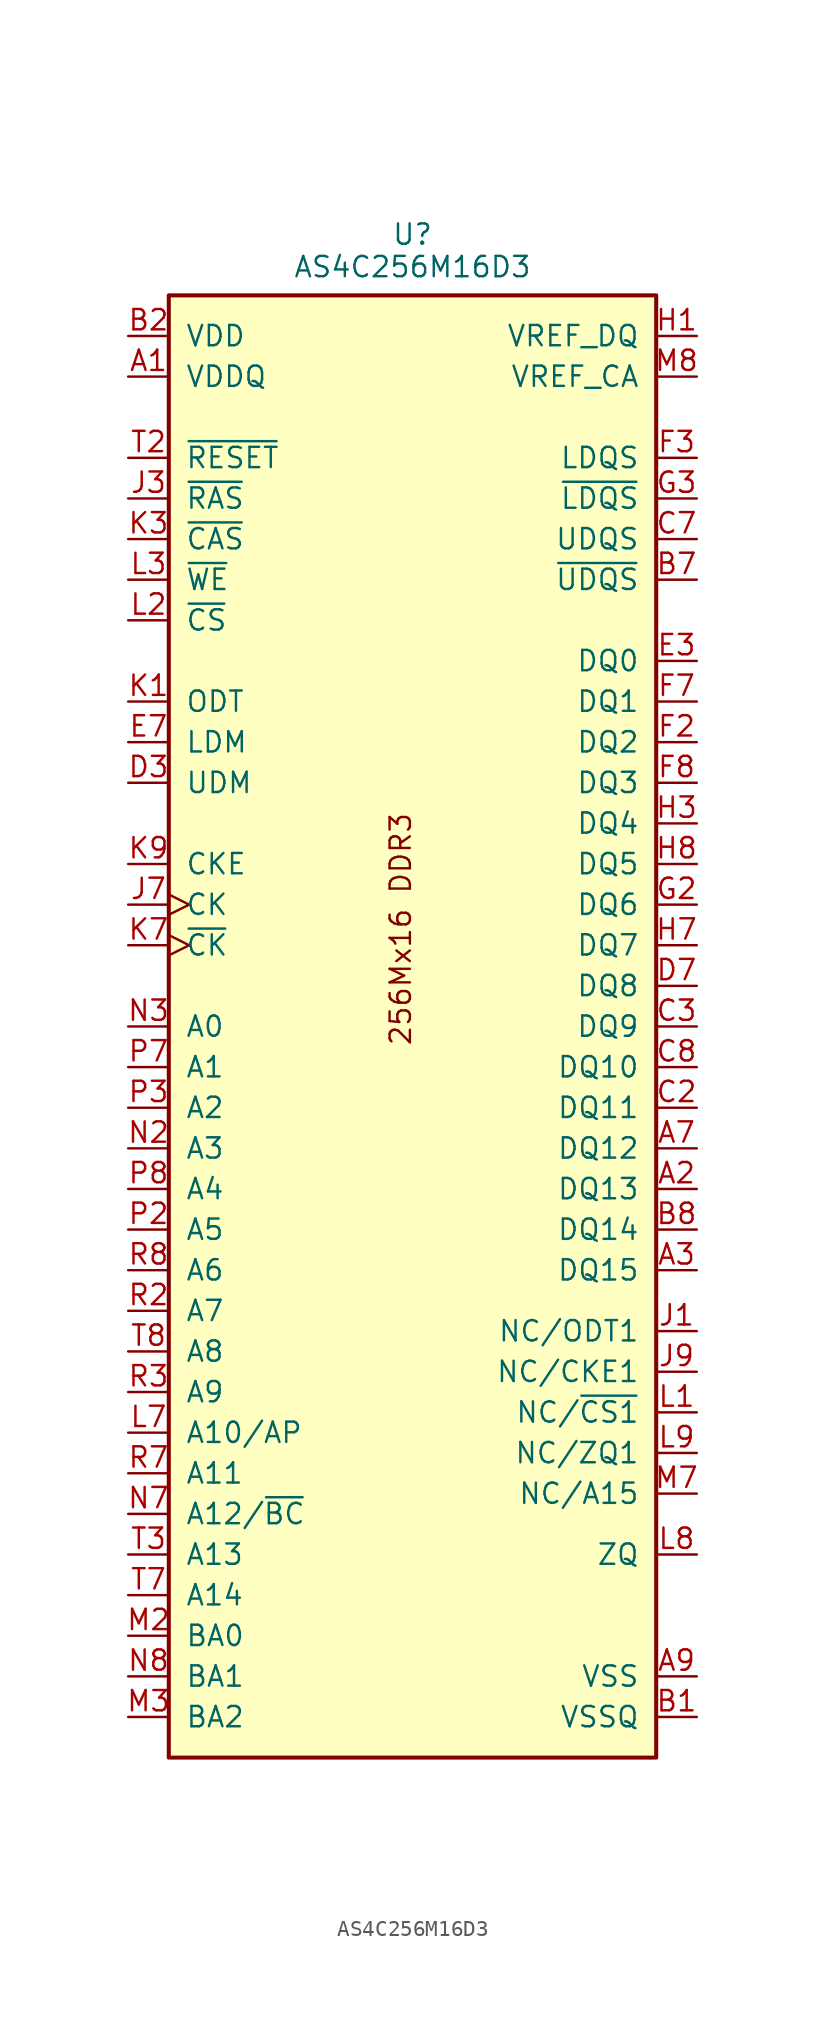
<source format=kicad_sym>
(kicad_symbol_lib
  (version 20231120)
  (generator "kicad_symbol_editor")
  (generator_version "8.0")
  (symbol "AS4C256M16D3"
    (pin_names
      (offset 1.016))
    (property "Reference" "U"
      (at 0 3.81 0)
      (effects (font (size 1.27 1.27))))
    (property "Value" "AS4C256M16D3"
      (at 0 1.778 0)
      (effects (font (size 1.27 1.27) (thickness 0.15))))
    (symbol "AS4C256M16D3_1_1"
      (rectangle (start -15.24 0) (end 15.24 -91.44) (stroke (width 0.254) (type default)) (fill (type background)))
      (text "256Mx16 DDR3" (at 0 -46.99 900) (effects (font (size 1.27 1.27) (thickness 0.15)) (justify left bottom)))
      (pin power_in line (at -17.78 -5.08 0) (length 2.54) (name "VDDQ" (effects (font (size 1.27 1.27)))) (number "A1" (effects (font (size 1.27 1.27)))))
      (pin bidirectional line (at 17.78 -55.88 180) (length 2.54) (name "DQ13" (effects (font (size 1.27 1.27)))) (number "A2" (effects (font (size 1.27 1.27)))))
      (pin bidirectional line (at 17.78 -60.96 180) (length 2.54) (name "DQ15" (effects (font (size 1.27 1.27)))) (number "A3" (effects (font (size 1.27 1.27)))))
      (pin bidirectional line (at 17.78 -53.34 180) (length 2.54) (name "DQ12" (effects (font (size 1.27 1.27)))) (number "A7" (effects (font (size 1.27 1.27)))))
      (pin passive line (at -17.78 -5.08 0) (length 2.54) hide (name "VDDQ" (effects (font (size 1.27 1.27)))) (number "A8" (effects (font (size 1.27 1.27)))))
      (pin power_in line (at 17.78 -86.36 180) (length 2.54) (name "VSS" (effects (font (size 1.27 1.27)))) (number "A9" (effects (font (size 1.27 1.27)))))
      (pin power_in line (at 17.78 -88.9 180) (length 2.54) (name "VSSQ" (effects (font (size 1.27 1.27)))) (number "B1" (effects (font (size 1.27 1.27)))))
      (pin power_in line (at -17.78 -2.54 0) (length 2.54) (name "VDD" (effects (font (size 1.27 1.27)))) (number "B2" (effects (font (size 1.27 1.27)))))
      (pin passive line (at 17.78 -86.36 180) (length 2.54) hide (name "VSS" (effects (font (size 1.27 1.27)))) (number "B3" (effects (font (size 1.27 1.27)))))
      (pin bidirectional line (at 17.78 -17.78 180) (length 2.54) (name "~{UDQS}" (effects (font (size 1.27 1.27)))) (number "B7" (effects (font (size 1.27 1.27)))))
      (pin bidirectional line (at 17.78 -58.42 180) (length 2.54) (name "DQ14" (effects (font (size 1.27 1.27)))) (number "B8" (effects (font (size 1.27 1.27)))))
      (pin passive line (at 17.78 -88.9 180) (length 2.54) hide (name "VSSQ" (effects (font (size 1.27 1.27)))) (number "B9" (effects (font (size 1.27 1.27)))))
      (pin passive line (at -17.78 -5.08 0) (length 2.54) hide (name "VDDQ" (effects (font (size 1.27 1.27)))) (number "C1" (effects (font (size 1.27 1.27)))))
      (pin bidirectional line (at 17.78 -50.8 180) (length 2.54) (name "DQ11" (effects (font (size 1.27 1.27)))) (number "C2" (effects (font (size 1.27 1.27)))))
      (pin bidirectional line (at 17.78 -45.72 180) (length 2.54) (name "DQ9" (effects (font (size 1.27 1.27)))) (number "C3" (effects (font (size 1.27 1.27)))))
      (pin bidirectional line (at 17.78 -15.24 180) (length 2.54) (name "UDQS" (effects (font (size 1.27 1.27)))) (number "C7" (effects (font (size 1.27 1.27)))))
      (pin bidirectional line (at 17.78 -48.26 180) (length 2.54) (name "DQ10" (effects (font (size 1.27 1.27)))) (number "C8" (effects (font (size 1.27 1.27)))))
      (pin passive line (at -17.78 -5.08 0) (length 2.54) hide (name "VDDQ" (effects (font (size 1.27 1.27)))) (number "C9" (effects (font (size 1.27 1.27)))))
      (pin passive line (at 17.78 -88.9 180) (length 2.54) hide (name "VSSQ" (effects (font (size 1.27 1.27)))) (number "D1" (effects (font (size 1.27 1.27)))))
      (pin passive line (at -17.78 -5.08 0) (length 2.54) hide (name "VDDQ" (effects (font (size 1.27 1.27)))) (number "D2" (effects (font (size 1.27 1.27)))))
      (pin input line (at -17.78 -30.48 0) (length 2.54) (name "UDM" (effects (font (size 1.27 1.27)))) (number "D3" (effects (font (size 1.27 1.27)))))
      (pin bidirectional line (at 17.78 -43.18 180) (length 2.54) (name "DQ8" (effects (font (size 1.27 1.27)))) (number "D7" (effects (font (size 1.27 1.27)))))
      (pin passive line (at 17.78 -88.9 180) (length 2.54) hide (name "VSSQ" (effects (font (size 1.27 1.27)))) (number "D8" (effects (font (size 1.27 1.27)))))
      (pin passive line (at -17.78 -2.54 0) (length 2.54) hide (name "VDD" (effects (font (size 1.27 1.27)))) (number "D9" (effects (font (size 1.27 1.27)))))
      (pin passive line (at 17.78 -86.36 180) (length 2.54) hide (name "VSS" (effects (font (size 1.27 1.27)))) (number "E1" (effects (font (size 1.27 1.27)))))
      (pin passive line (at 17.78 -88.9 180) (length 2.54) hide (name "VSSQ" (effects (font (size 1.27 1.27)))) (number "E2" (effects (font (size 1.27 1.27)))))
      (pin bidirectional line (at 17.78 -22.86 180) (length 2.54) (name "DQ0" (effects (font (size 1.27 1.27)))) (number "E3" (effects (font (size 1.27 1.27)))))
      (pin input line (at -17.78 -27.94 0) (length 2.54) (name "LDM" (effects (font (size 1.27 1.27)))) (number "E7" (effects (font (size 1.27 1.27)))))
      (pin passive line (at 17.78 -88.9 180) (length 2.54) hide (name "VSSQ" (effects (font (size 1.27 1.27)))) (number "E8" (effects (font (size 1.27 1.27)))))
      (pin passive line (at -17.78 -5.08 0) (length 2.54) hide (name "VDDQ" (effects (font (size 1.27 1.27)))) (number "E9" (effects (font (size 1.27 1.27)))))
      (pin passive line (at -17.78 -5.08 0) (length 2.54) hide (name "VDDQ" (effects (font (size 1.27 1.27)))) (number "F1" (effects (font (size 1.27 1.27)))))
      (pin bidirectional line (at 17.78 -27.94 180) (length 2.54) (name "DQ2" (effects (font (size 1.27 1.27)))) (number "F2" (effects (font (size 1.27 1.27)))))
      (pin bidirectional line (at 17.78 -10.16 180) (length 2.54) (name "LDQS" (effects (font (size 1.27 1.27)))) (number "F3" (effects (font (size 1.27 1.27)))))
      (pin bidirectional line (at 17.78 -25.4 180) (length 2.54) (name "DQ1" (effects (font (size 1.27 1.27)))) (number "F7" (effects (font (size 1.27 1.27)))))
      (pin bidirectional line (at 17.78 -30.48 180) (length 2.54) (name "DQ3" (effects (font (size 1.27 1.27)))) (number "F8" (effects (font (size 1.27 1.27)))))
      (pin passive line (at 17.78 -88.9 180) (length 2.54) hide (name "VSSQ" (effects (font (size 1.27 1.27)))) (number "F9" (effects (font (size 1.27 1.27)))))
      (pin passive line (at 17.78 -88.9 180) (length 2.54) hide (name "VSSQ" (effects (font (size 1.27 1.27)))) (number "G1" (effects (font (size 1.27 1.27)))))
      (pin bidirectional line (at 17.78 -38.1 180) (length 2.54) (name "DQ6" (effects (font (size 1.27 1.27)))) (number "G2" (effects (font (size 1.27 1.27)))))
      (pin bidirectional line (at 17.78 -12.7 180) (length 2.54) (name "~{LDQS}" (effects (font (size 1.27 1.27)))) (number "G3" (effects (font (size 1.27 1.27)))))
      (pin passive line (at -17.78 -2.54 0) (length 2.54) hide (name "VDD" (effects (font (size 1.27 1.27)))) (number "G7" (effects (font (size 1.27 1.27)))))
      (pin passive line (at 17.78 -86.36 180) (length 2.54) hide (name "VSS" (effects (font (size 1.27 1.27)))) (number "G8" (effects (font (size 1.27 1.27)))))
      (pin passive line (at 17.78 -88.9 180) (length 2.54) hide (name "VSSQ" (effects (font (size 1.27 1.27)))) (number "G9" (effects (font (size 1.27 1.27)))))
      (pin power_in line (at 17.78 -2.54 180) (length 2.54) (name "VREF_DQ" (effects (font (size 1.27 1.27)))) (number "H1" (effects (font (size 1.27 1.27)))))
      (pin passive line (at -17.78 -5.08 0) (length 2.54) hide (name "VDDQ" (effects (font (size 1.27 1.27)))) (number "H2" (effects (font (size 1.27 1.27)))))
      (pin bidirectional line (at 17.78 -33.02 180) (length 2.54) (name "DQ4" (effects (font (size 1.27 1.27)))) (number "H3" (effects (font (size 1.27 1.27)))))
      (pin bidirectional line (at 17.78 -40.64 180) (length 2.54) (name "DQ7" (effects (font (size 1.27 1.27)))) (number "H7" (effects (font (size 1.27 1.27)))))
      (pin bidirectional line (at 17.78 -35.56 180) (length 2.54) (name "DQ5" (effects (font (size 1.27 1.27)))) (number "H8" (effects (font (size 1.27 1.27)))))
      (pin passive line (at -17.78 -5.08 0) (length 2.54) hide (name "VDDQ" (effects (font (size 1.27 1.27)))) (number "H9" (effects (font (size 1.27 1.27)))))
      (pin no_connect line (at -2.54 -91.44 90) (length 2.54) hide (name "J1" (effects (font (size 1.27 1.27)))) (number "J1" (effects (font (size 1.27 1.27)))))
      (pin passive line (at 17.78 -64.77 180) (length 2.54) (name "NC/ODT1" (effects (font (size 1.27 1.27)))) (number "J1" (effects (font (size 1.27 1.27)))))
      (pin passive line (at 17.78 -86.36 180) (length 2.54) hide (name "VSS" (effects (font (size 1.27 1.27)))) (number "J2" (effects (font (size 1.27 1.27)))))
      (pin input line (at -17.78 -12.7 0) (length 2.54) (name "~{RAS}" (effects (font (size 1.27 1.27)))) (number "J3" (effects (font (size 1.27 1.27)))))
      (pin input clock (at -17.78 -38.1 0) (length 2.54) (name "CK" (effects (font (size 1.27 1.27)))) (number "J7" (effects (font (size 1.27 1.27)))))
      (pin passive line (at 17.78 -86.36 180) (length 2.54) hide (name "VSS" (effects (font (size 1.27 1.27)))) (number "J8" (effects (font (size 1.27 1.27)))))
      (pin no_connect line (at 5.08 -91.44 90) (length 2.54) hide (name "J9" (effects (font (size 1.27 1.27)))) (number "J9" (effects (font (size 1.27 1.27)))))
      (pin passive line (at 17.78 -67.31 180) (length 2.54) (name "NC/CKE1" (effects (font (size 1.27 1.27)))) (number "J9" (effects (font (size 1.27 1.27)))))
      (pin input line (at -17.78 -25.4 0) (length 2.54) (name "ODT" (effects (font (size 1.27 1.27)))) (number "K1" (effects (font (size 1.27 1.27)))))
      (pin passive line (at -17.78 -2.54 0) (length 2.54) hide (name "VDD" (effects (font (size 1.27 1.27)))) (number "K2" (effects (font (size 1.27 1.27)))))
      (pin input line (at -17.78 -15.24 0) (length 2.54) (name "~{CAS}" (effects (font (size 1.27 1.27)))) (number "K3" (effects (font (size 1.27 1.27)))))
      (pin input clock (at -17.78 -40.64 0) (length 2.54) (name "~{CK}" (effects (font (size 1.27 1.27)))) (number "K7" (effects (font (size 1.27 1.27)))))
      (pin passive line (at -17.78 -2.54 0) (length 2.54) hide (name "VDD" (effects (font (size 1.27 1.27)))) (number "K8" (effects (font (size 1.27 1.27)))))
      (pin input line (at -17.78 -35.56 0) (length 2.54) (name "CKE" (effects (font (size 1.27 1.27)))) (number "K9" (effects (font (size 1.27 1.27)))))
      (pin no_connect line (at 0 -91.44 90) (length 2.54) hide (name "L1" (effects (font (size 1.27 1.27)))) (number "L1" (effects (font (size 1.27 1.27)))))
      (pin passive line (at 17.78 -69.85 180) (length 2.54) (name "NC/~{CS1}" (effects (font (size 1.27 1.27)))) (number "L1" (effects (font (size 1.27 1.27)))))
      (pin input line (at -17.78 -20.32 0) (length 2.54) (name "~{CS}" (effects (font (size 1.27 1.27)))) (number "L2" (effects (font (size 1.27 1.27)))))
      (pin input line (at -17.78 -17.78 0) (length 2.54) (name "~{WE}" (effects (font (size 1.27 1.27)))) (number "L3" (effects (font (size 1.27 1.27)))))
      (pin input line (at -17.78 -71.12 0) (length 2.54) (name "A10/AP" (effects (font (size 1.27 1.27)))) (number "L7" (effects (font (size 1.27 1.27)))))
      (pin passive line (at 17.78 -78.74 180) (length 2.54) (name "ZQ" (effects (font (size 1.27 1.27)))) (number "L8" (effects (font (size 1.27 1.27)))))
      (pin no_connect line (at 7.62 -91.44 90) (length 2.54) hide (name "L9" (effects (font (size 1.27 1.27)))) (number "L9" (effects (font (size 1.27 1.27)))))
      (pin passive line (at 17.78 -72.39 180) (length 2.54) (name "NC/ZQ1" (effects (font (size 1.27 1.27)))) (number "L9" (effects (font (size 1.27 1.27)))))
      (pin passive line (at 17.78 -86.36 180) (length 2.54) hide (name "VSS" (effects (font (size 1.27 1.27)))) (number "M1" (effects (font (size 1.27 1.27)))))
      (pin input line (at -17.78 -83.82 0) (length 2.54) (name "BA0" (effects (font (size 1.27 1.27)))) (number "M2" (effects (font (size 1.27 1.27)))))
      (pin input line (at -17.78 -88.9 0) (length 2.54) (name "BA2" (effects (font (size 1.27 1.27)))) (number "M3" (effects (font (size 1.27 1.27)))))
      (pin no_connect line (at -5.08 -91.44 90) (length 2.54) hide (name "M7" (effects (font (size 1.27 1.27)))) (number "M7" (effects (font (size 1.27 1.27)))))
      (pin passive line (at 17.78 -74.93 180) (length 2.54) (name "NC/A15" (effects (font (size 1.27 1.27)))) (number "M7" (effects (font (size 1.27 1.27)))))
      (pin power_in line (at 17.78 -5.08 180) (length 2.54) (name "VREF_CA" (effects (font (size 1.27 1.27)))) (number "M8" (effects (font (size 1.27 1.27)))))
      (pin passive line (at 17.78 -86.36 180) (length 2.54) hide (name "VSS" (effects (font (size 1.27 1.27)))) (number "M9" (effects (font (size 1.27 1.27)))))
      (pin passive line (at -17.78 -2.54 0) (length 2.54) hide (name "VDD" (effects (font (size 1.27 1.27)))) (number "N1" (effects (font (size 1.27 1.27)))))
      (pin input line (at -17.78 -53.34 0) (length 2.54) (name "A3" (effects (font (size 1.27 1.27)))) (number "N2" (effects (font (size 1.27 1.27)))))
      (pin input line (at -17.78 -45.72 0) (length 2.54) (name "A0" (effects (font (size 1.27 1.27)))) (number "N3" (effects (font (size 1.27 1.27)))))
      (pin input line (at -17.78 -76.2 0) (length 2.54) (name "A12/~{BC}" (effects (font (size 1.27 1.27)))) (number "N7" (effects (font (size 1.27 1.27)))))
      (pin input line (at -17.78 -86.36 0) (length 2.54) (name "BA1" (effects (font (size 1.27 1.27)))) (number "N8" (effects (font (size 1.27 1.27)))))
      (pin passive line (at -17.78 -2.54 0) (length 2.54) hide (name "VDD" (effects (font (size 1.27 1.27)))) (number "N9" (effects (font (size 1.27 1.27)))))
      (pin passive line (at 17.78 -86.36 180) (length 2.54) hide (name "VSS" (effects (font (size 1.27 1.27)))) (number "P1" (effects (font (size 1.27 1.27)))))
      (pin input line (at -17.78 -58.42 0) (length 2.54) (name "A5" (effects (font (size 1.27 1.27)))) (number "P2" (effects (font (size 1.27 1.27)))))
      (pin input line (at -17.78 -50.8 0) (length 2.54) (name "A2" (effects (font (size 1.27 1.27)))) (number "P3" (effects (font (size 1.27 1.27)))))
      (pin input line (at -17.78 -48.26 0) (length 2.54) (name "A1" (effects (font (size 1.27 1.27)))) (number "P7" (effects (font (size 1.27 1.27)))))
      (pin input line (at -17.78 -55.88 0) (length 2.54) (name "A4" (effects (font (size 1.27 1.27)))) (number "P8" (effects (font (size 1.27 1.27)))))
      (pin passive line (at 17.78 -86.36 180) (length 2.54) hide (name "VSS" (effects (font (size 1.27 1.27)))) (number "P9" (effects (font (size 1.27 1.27)))))
      (pin passive line (at -17.78 -2.54 0) (length 2.54) hide (name "VDD" (effects (font (size 1.27 1.27)))) (number "R1" (effects (font (size 1.27 1.27)))))
      (pin input line (at -17.78 -63.5 0) (length 2.54) (name "A7" (effects (font (size 1.27 1.27)))) (number "R2" (effects (font (size 1.27 1.27)))))
      (pin input line (at -17.78 -68.58 0) (length 2.54) (name "A9" (effects (font (size 1.27 1.27)))) (number "R3" (effects (font (size 1.27 1.27)))))
      (pin input line (at -17.78 -73.66 0) (length 2.54) (name "A11" (effects (font (size 1.27 1.27)))) (number "R7" (effects (font (size 1.27 1.27)))))
      (pin input line (at -17.78 -60.96 0) (length 2.54) (name "A6" (effects (font (size 1.27 1.27)))) (number "R8" (effects (font (size 1.27 1.27)))))
      (pin passive line (at -17.78 -2.54 0) (length 2.54) hide (name "VDD" (effects (font (size 1.27 1.27)))) (number "R9" (effects (font (size 1.27 1.27)))))
      (pin passive line (at 17.78 -86.36 180) (length 2.54) hide (name "VSS" (effects (font (size 1.27 1.27)))) (number "T1" (effects (font (size 1.27 1.27)))))
      (pin input line (at -17.78 -10.16 0) (length 2.54) (name "~{RESET}" (effects (font (size 1.27 1.27)))) (number "T2" (effects (font (size 1.27 1.27)))))
      (pin input line (at -17.78 -78.74 0) (length 2.54) (name "A13" (effects (font (size 1.27 1.27)))) (number "T3" (effects (font (size 1.27 1.27)))))
      (pin input line (at -17.78 -81.28 0) (length 2.54) (name "A14" (effects (font (size 1.27 1.27)))) (number "T7" (effects (font (size 1.27 1.27)))))
      (pin no_connect line (at 2.54 -91.44 90) (length 2.54) hide (name "T7" (effects (font (size 1.27 1.27)))) (number "T7" (effects (font (size 1.27 1.27)))))
      (pin input line (at -17.78 -66.04 0) (length 2.54) (name "A8" (effects (font (size 1.27 1.27)))) (number "T8" (effects (font (size 1.27 1.27)))))
      (pin passive line (at 17.78 -86.36 180) (length 2.54) hide (name "VSS" (effects (font (size 1.27 1.27)))) (number "T9" (effects (font (size 1.27 1.27))))))))
</source>
